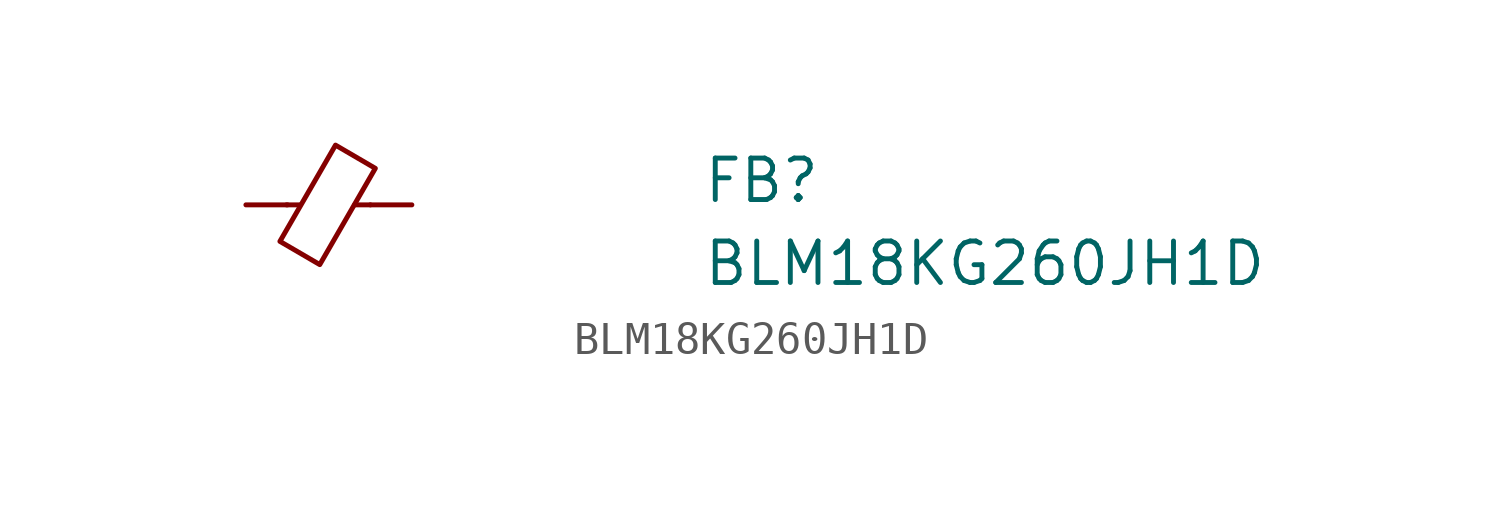
<source format=kicad_sym>
(kicad_symbol_lib
  (version 20211014)
  (generator kicad_symbol_editor)
  (symbol "BLM18KG260JH1D"
    (pin_numbers hide)
    (pin_names hide)
    (property "Reference" "FB"
      (at 13.97 0 0)
      (effects (font (size 1.27 1.27) (thickness 0.15)) (justify left bottom)))
    (property "Value" "BLM18KG260JH1D"
      (at 13.97 -2.54 0)
      (effects (font (size 1.27 1.27) (thickness 0.15)) (justify left bottom)))
    (symbol "BLM18KG260JH1D_0_1"
      (polyline (pts (xy 1.651 0) (xy 1.245 0)) (stroke (width 0) (type default) (color 0 0 0 0)) (fill (type none)))
      (polyline (pts (xy 3.81 0) (xy 3.327 0)) (stroke (width 0) (type default) (color 0 0 0 0)) (fill (type none)))
      (polyline (pts (xy 2.261 -1.829) (xy 1.041 -1.118) (xy 2.743 1.829) (xy 3.962 1.118) (xy 2.261 -1.829)) (stroke (width 0) (type default) (color 0 0 0 0)) (fill (type none))))
    (symbol "BLM18KG260JH1D_1_1"
      (pin passive line (at 0 0 0) (length 1.27) (name "~" (effects (font (size 1.27 1.27)))) (number "1" (effects (font (size 1.27 1.27)))))
      (pin passive line (at 5.08 0 180) (length 1.27) (name "~" (effects (font (size 1.27 1.27)))) (number "2" (effects (font (size 1.27 1.27))))))))
</source>
